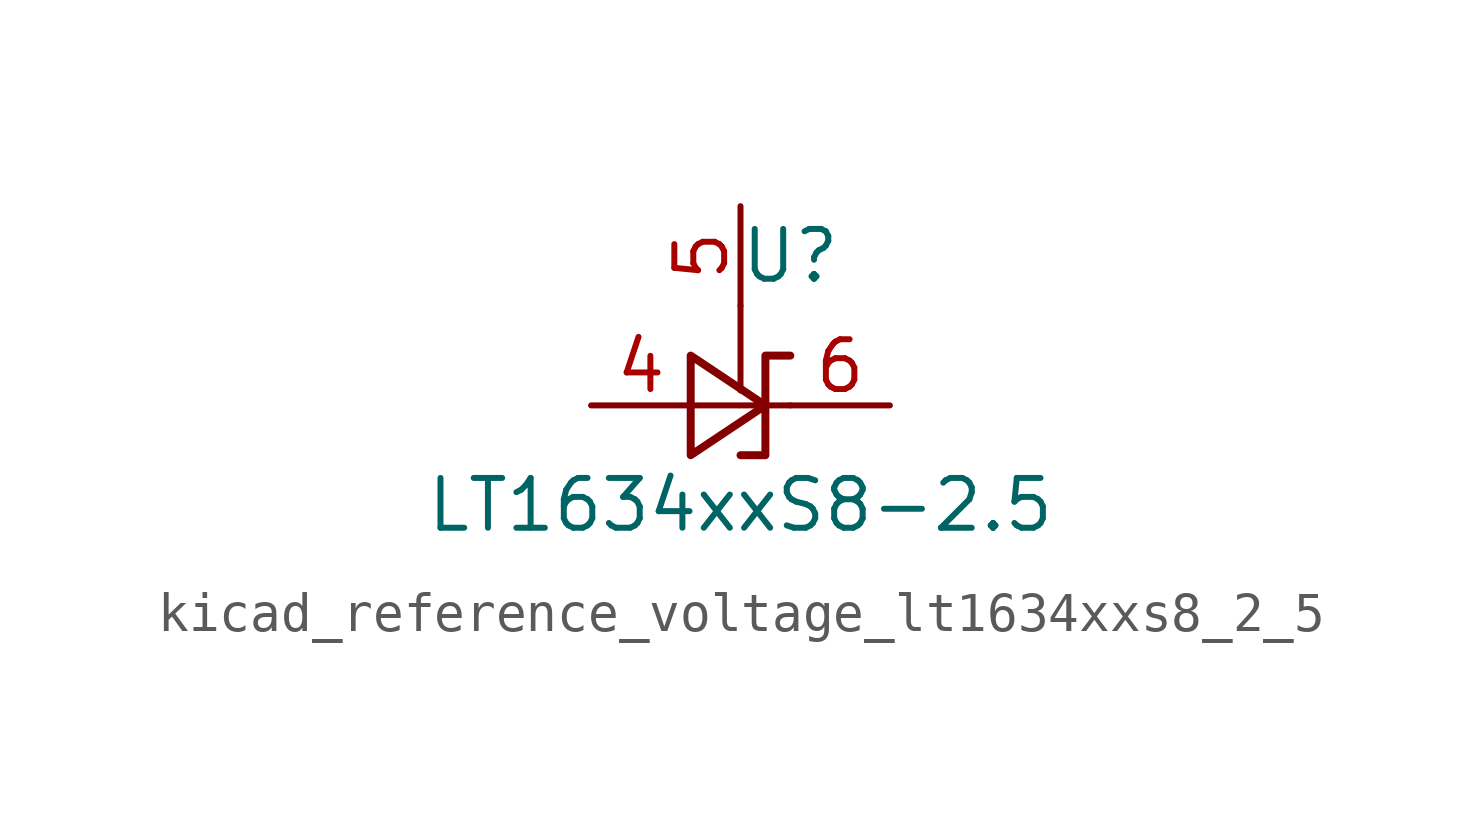
<source format=kicad_sym>
(kicad_symbol_lib
  (version 20220914)
  (generator kicad_symbol_editor)
  (symbol "kicad_reference_voltage_lt1634xxs8_2_5"
    (pin_names hide)
    (property "Reference" "U"
      (at 1.27 3.81 0)
      (effects (font (size 1.27 1.27))))
    (property "Value" "LT1634xxS8-2.5"
      (at 0 -2.54 0)
      (effects (font (size 1.27 1.27))))
    (symbol "kicad_reference_voltage_lt1634xxs8_2_5_1_1"
      (polyline (pts (xy 0 2.54) (xy 0 0.381)) (stroke (width 0) (type default)) (fill (type none)))
      (polyline (pts (xy -1.27 0) (xy 0 0) (xy 1.27 0)) (stroke (width 0) (type default)) (fill (type none)))
      (polyline (pts (xy -1.27 -1.27) (xy 0.635 0) (xy -1.27 1.27) (xy -1.27 -1.27)) (stroke (width 0.203) (type default)) (fill (type none)))
      (polyline (pts (xy 0 -1.27) (xy 0.635 -1.27) (xy 0.635 1.27) (xy 1.27 1.27)) (stroke (width 0.203) (type default)) (fill (type none)))
      (pin passive line (at -3.81 0 0) (length 2.54) (name "A" (effects (font (size 1.27 1.27)))) (number "4" (effects (font (size 1.27 1.27)))))
      (pin input line (at 0 5.08 270) (length 2.54) (name "Test" (effects (font (size 1.27 1.27)))) (number "5" (effects (font (size 1.27 1.27)))))
      (pin passive line (at 3.81 0 180) (length 2.54) (name "K" (effects (font (size 1.27 1.27)))) (number "6" (effects (font (size 1.27 1.27))))))))
</source>
